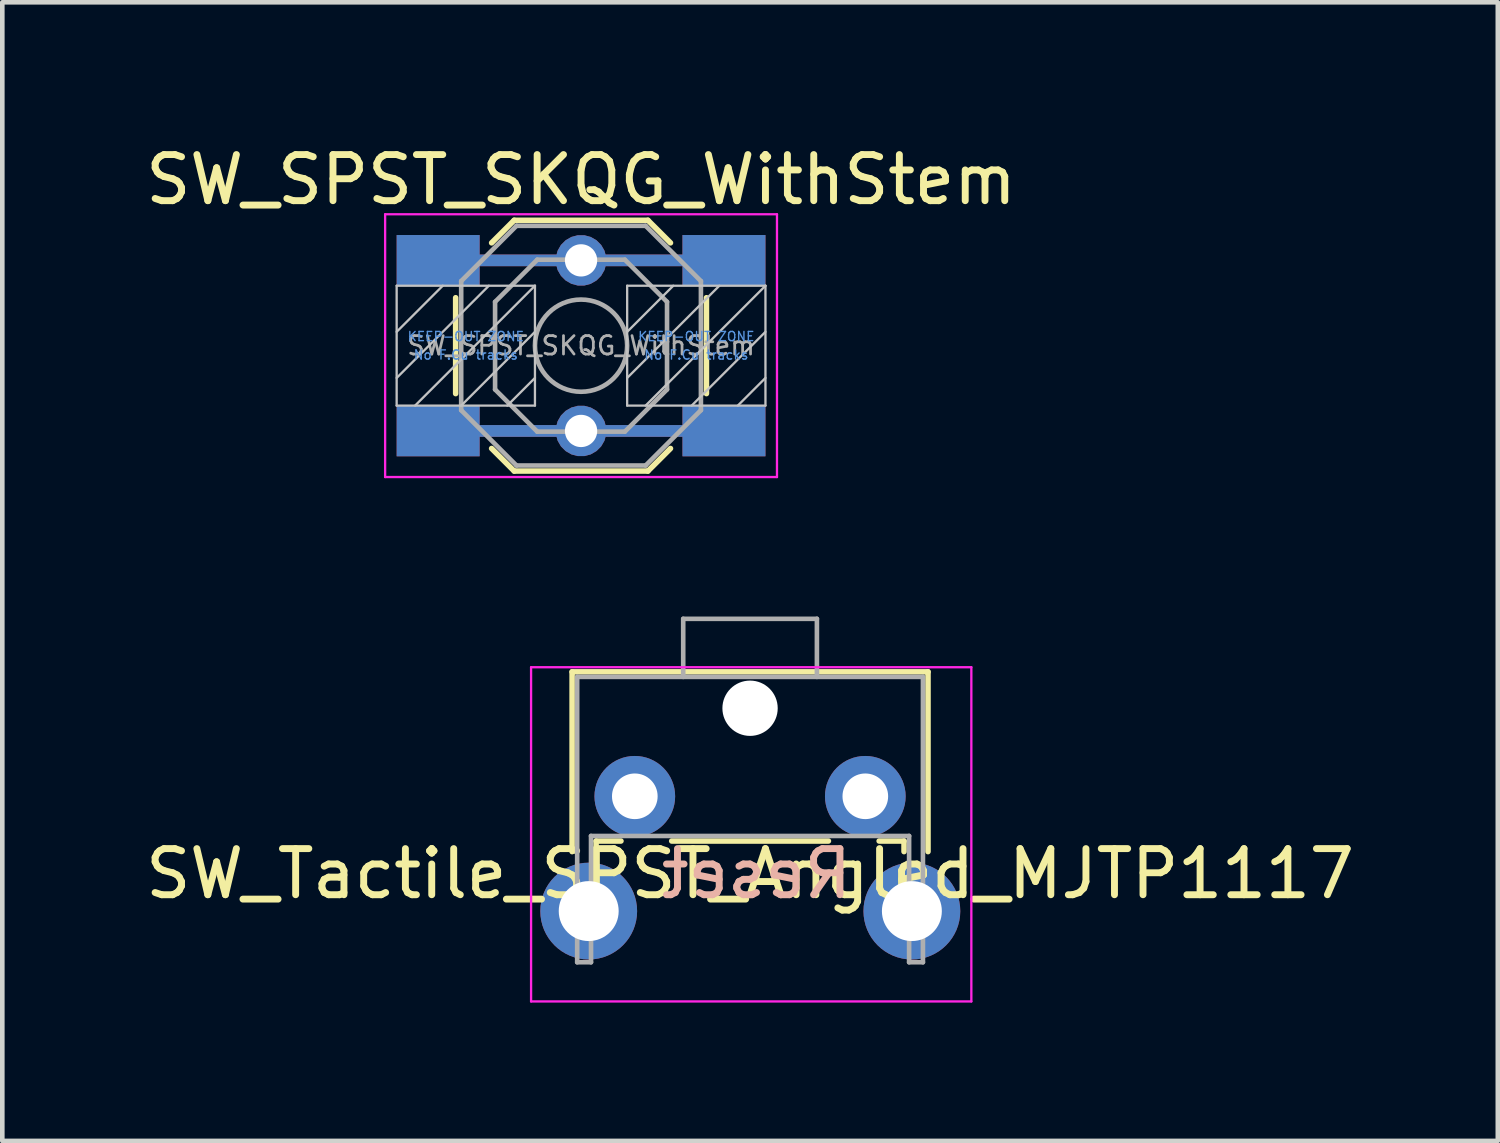
<source format=kicad_pcb>
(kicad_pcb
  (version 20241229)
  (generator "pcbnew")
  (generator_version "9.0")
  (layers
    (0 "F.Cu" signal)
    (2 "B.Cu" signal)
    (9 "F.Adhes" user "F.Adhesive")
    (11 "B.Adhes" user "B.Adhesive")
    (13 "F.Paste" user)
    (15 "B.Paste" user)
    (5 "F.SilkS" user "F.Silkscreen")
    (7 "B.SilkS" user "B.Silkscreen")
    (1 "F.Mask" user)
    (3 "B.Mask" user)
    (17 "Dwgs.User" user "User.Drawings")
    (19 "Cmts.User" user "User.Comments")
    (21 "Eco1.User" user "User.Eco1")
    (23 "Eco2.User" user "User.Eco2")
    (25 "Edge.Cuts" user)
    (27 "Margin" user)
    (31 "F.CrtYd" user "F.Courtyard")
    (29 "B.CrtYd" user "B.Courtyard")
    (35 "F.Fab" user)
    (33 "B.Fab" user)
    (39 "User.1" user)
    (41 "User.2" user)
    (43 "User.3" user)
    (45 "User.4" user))
  (footprint "SW_SPST_SKQG_WithStem"
    (layer "F.Cu")
    (at 9.554 4.448)
    (property "Reference" "SW_SPST_SKQG_WithStem" (at 0 -3.6 0) (layer "F.SilkS") (effects (font (size 1 1) (thickness 0.15))))
    (attr smd)
    (fp_line (start -2.72 1.04) (end -2.72 -1.04) (stroke (width 0.12) (type solid)) (layer "F.SilkS"))
    (fp_line (start -1.45 -2.72) (end -1.94 -2.23) (stroke (width 0.12) (type solid)) (layer "F.SilkS"))
    (fp_line (start -1.45 -2.72) (end 1.45 -2.72) (stroke (width 0.12) (type solid)) (layer "F.SilkS"))
    (fp_line (start -1.45 2.72) (end -1.94 2.23) (stroke (width 0.12) (type solid)) (layer "F.SilkS"))
    (fp_line (start -1.45 2.72) (end 1.45 2.72) (stroke (width 0.12) (type solid)) (layer "F.SilkS"))
    (fp_line (start 1.45 -2.72) (end 1.94 -2.23) (stroke (width 0.12) (type solid)) (layer "F.SilkS"))
    (fp_line (start 1.45 2.72) (end 1.94 2.23) (stroke (width 0.12) (type solid)) (layer "F.SilkS"))
    (fp_line (start 2.72 1.04) (end 2.72 -1.04) (stroke (width 0.12) (type solid)) (layer "F.SilkS"))
    (fp_line (start -4 -1.3) (end -1 -1.3) (stroke (width 0.05) (type solid)) (layer "Dwgs.User"))
    (fp_line (start -4 -0.3) (end -3 -1.3) (stroke (width 0.05) (type solid)) (layer "Dwgs.User"))
    (fp_line (start -4 0.7) (end -2 -1.3) (stroke (width 0.05) (type solid)) (layer "Dwgs.User"))
    (fp_line (start -4 1.3) (end -4 -1.3) (stroke (width 0.05) (type solid)) (layer "Dwgs.User"))
    (fp_line (start -2.6 1.3) (end -1 -0.3) (stroke (width 0.05) (type solid)) (layer "Dwgs.User"))
    (fp_line (start -1 -1.3) (end -3.6 1.3) (stroke (width 0.05) (type solid)) (layer "Dwgs.User"))
    (fp_line (start -1 -1.3) (end -1 1.3) (stroke (width 0.05) (type solid)) (layer "Dwgs.User"))
    (fp_line (start -1 0.7) (end -1.6 1.3) (stroke (width 0.05) (type solid)) (layer "Dwgs.User"))
    (fp_line (start -1 1.3) (end -4 1.3) (stroke (width 0.05) (type solid)) (layer "Dwgs.User"))
    (fp_line (start 1 -1.3) (end 4 -1.3) (stroke (width 0.05) (type solid)) (layer "Dwgs.User"))
    (fp_line (start 1 -0.3) (end 2 -1.3) (stroke (width 0.05) (type solid)) (layer "Dwgs.User"))
    (fp_line (start 1 0.7) (end 3 -1.3) (stroke (width 0.05) (type solid)) (layer "Dwgs.User"))
    (fp_line (start 1 1.3) (end 1 -1.3) (stroke (width 0.05) (type solid)) (layer "Dwgs.User"))
    (fp_line (start 2.4 1.3) (end 4 -0.3) (stroke (width 0.05) (type solid)) (layer "Dwgs.User"))
    (fp_line (start 4 -1.3) (end 1.4 1.3) (stroke (width 0.05) (type solid)) (layer "Dwgs.User"))
    (fp_line (start 4 -1.3) (end 4 1.3) (stroke (width 0.05) (type solid)) (layer "Dwgs.User"))
    (fp_line (start 4 0.7) (end 3.4 1.3) (stroke (width 0.05) (type solid)) (layer "Dwgs.User"))
    (fp_line (start 4 1.3) (end 1 1.3) (stroke (width 0.05) (type solid)) (layer "Dwgs.User"))
    (fp_line (start -4.25 -2.85) (end -4.25 2.85) (stroke (width 0.05) (type solid)) (layer "F.CrtYd"))
    (fp_line (start -4.25 2.85) (end 4.25 2.85) (stroke (width 0.05) (type solid)) (layer "F.CrtYd"))
    (fp_line (start 4.25 -2.85) (end -4.25 -2.85) (stroke (width 0.05) (type solid)) (layer "F.CrtYd"))
    (fp_line (start 4.25 2.85) (end 4.25 -2.85) (stroke (width 0.05) (type solid)) (layer "F.CrtYd"))
    (fp_line (start -2.6 -1.4) (end -1.4 -2.6) (stroke (width 0.1) (type solid)) (layer "F.Fab"))
    (fp_line (start -2.6 1.4) (end -2.6 -1.4) (stroke (width 0.1) (type solid)) (layer "F.Fab"))
    (fp_line (start -1.865 0.95) (end -1.865 -0.95) (stroke (width 0.1) (type solid)) (layer "F.Fab"))
    (fp_line (start -1.4 -2.6) (end 1.4 -2.6) (stroke (width 0.1) (type solid)) (layer "F.Fab"))
    (fp_line (start -1.4 2.6) (end -2.6 1.4) (stroke (width 0.1) (type solid)) (layer "F.Fab"))
    (fp_line (start -0.95 -1.865) (end -1.865 -0.95) (stroke (width 0.1) (type solid)) (layer "F.Fab"))
    (fp_line (start -0.95 -1.865) (end 0.95 -1.865) (stroke (width 0.1) (type solid)) (layer "F.Fab"))
    (fp_line (start -0.95 1.865) (end -1.865 0.95) (stroke (width 0.1) (type solid)) (layer "F.Fab"))
    (fp_line (start 0.95 -1.865) (end 1.865 -0.95) (stroke (width 0.1) (type solid)) (layer "F.Fab"))
    (fp_line (start 0.95 1.865) (end -0.95 1.865) (stroke (width 0.1) (type solid)) (layer "F.Fab"))
    (fp_line (start 0.95 1.865) (end 1.865 0.95) (stroke (width 0.1) (type solid)) (layer "F.Fab"))
    (fp_line (start 1.4 -2.6) (end 2.6 -1.4) (stroke (width 0.1) (type solid)) (layer "F.Fab"))
    (fp_line (start 1.4 2.6) (end -1.4 2.6) (stroke (width 0.1) (type solid)) (layer "F.Fab"))
    (fp_line (start 1.865 -0.95) (end 1.865 0.95) (stroke (width 0.1) (type solid)) (layer "F.Fab"))
    (fp_line (start 2.6 -1.4) (end 2.6 1.4) (stroke (width 0.1) (type solid)) (layer "F.Fab"))
    (fp_line (start 2.6 1.4) (end 1.4 2.6) (stroke (width 0.1) (type solid)) (layer "F.Fab"))
    (fp_circle (center 0 0) (end 1 0) (stroke (width 0.1) (type solid)) (fill no) (layer "F.Fab"))
    (fp_text user "KEEP-OUT ZONE" (at -2.5 -0.2 0) (layer "Cmts.User") (effects (font (size 0.2 0.2) (thickness 0.03))))
    (fp_text user "No F.Cu tracks" (at -2.5 0.2 0) (layer "Cmts.User") (effects (font (size 0.2 0.2) (thickness 0.03))))
    (fp_text user "KEEP-OUT ZONE" (at 2.5 -0.2 0) (layer "Cmts.User") (effects (font (size 0.2 0.2) (thickness 0.03))))
    (fp_text user "No F.Cu tracks" (at 2.5 0.2 0) (layer "Cmts.User") (effects (font (size 0.2 0.2) (thickness 0.03))))
    (fp_text user "${REFERENCE}" (at 0 0 0) (layer "F.Fab") (effects (font (size 0.4 0.4) (thickness 0.06))))
    (pad "1" smd rect (at -3.1 -1.85) (size 1.8 1.1) (layers "F.Cu" "F.Mask" "F.Paste"))
    (pad "1" smd rect (at -3.1 -1.85) (size 1.8 1.1) (layers "B.Cu" "B.Mask" "B.Paste"))
    (pad "1" thru_hole custom (at 0 -1.85) (size 1.1 1.1) (drill 0.7) (layers "*.Cu" "*.Mask") (options (anchor circle)) (primitives (gr_line (start 3.2 0) (end 0 0) (width 0.254)) (gr_line (start 0 0) (end -3.2 0) (width 0.254))))
    (pad "1" smd rect (at 3.1 -1.85) (size 1.8 1.1) (layers "F.Cu" "F.Mask" "F.Paste"))
    (pad "1" smd rect (at 3.1 -1.85) (size 1.8 1.1) (layers "B.Cu" "B.Mask" "B.Paste"))
    (pad "2" smd rect (at -3.1 1.85) (size 1.8 1.1) (layers "F.Cu" "F.Mask" "F.Paste"))
    (pad "2" smd rect (at -3.1 1.85) (size 1.8 1.1) (layers "B.Cu" "B.Mask" "B.Paste"))
    (pad "2" thru_hole custom (at 0 1.85) (size 1.1 1.1) (drill 0.7) (layers "*.Cu" "*.Mask") (options (anchor circle)) (primitives (gr_line (start 0 0) (end -3.2 0) (width 0.254)) (gr_line (start 3.2 0) (end 0 0) (width 0.254))))
    (pad "2" smd rect (at 3.1 1.85) (size 1.8 1.1) (layers "F.Cu" "F.Mask" "F.Paste"))
    (pad "2" smd rect (at 3.1 1.85) (size 1.8 1.1) (layers "B.Cu" "B.Mask" "B.Paste")))
  (footprint "SW_Tactile_SPST_Angled_MJTP1117"
    (layer "F.Cu")
    (at 10.72 14.223)
    (property "Reference" "SW_Tactile_SPST_Angled_MJTP1117" (at 2.5 1.68 0) (layer "F.SilkS") (effects (font (size 1 1) (thickness 0.15))))
    (attr through_hole)
    (fp_line (start -1.36 -2.7) (end -1.36 1.2) (stroke (width 0.12) (type solid)) (layer "F.SilkS"))
    (fp_line (start -1.36 -2.7) (end 6.36 -2.7) (stroke (width 0.12) (type solid)) (layer "F.SilkS"))
    (fp_line (start -0.84 0.97) (end -0.84 1.2) (stroke (width 0.12) (type solid)) (layer "F.SilkS"))
    (fp_line (start -0.84 0.97) (end -0.3 0.97) (stroke (width 0.12) (type solid)) (layer "F.SilkS"))
    (fp_line (start 0.8 0.97) (end 4.2 0.97) (stroke (width 0.12) (type solid)) (layer "F.SilkS"))
    (fp_line (start 5.3 0.97) (end 5.84 0.97) (stroke (width 0.12) (type solid)) (layer "F.SilkS"))
    (fp_line (start 5.84 0.97) (end 5.84 1.2) (stroke (width 0.12) (type solid)) (layer "F.SilkS"))
    (fp_line (start 6.36 -2.7) (end 6.36 1.2) (stroke (width 0.12) (type solid)) (layer "F.SilkS"))
    (fp_line (start -2.25 -2.8) (end 7.3 -2.8) (stroke (width 0.05) (type solid)) (layer "F.CrtYd"))
    (fp_line (start -2.25 4.45) (end -2.25 -2.8) (stroke (width 0.05) (type solid)) (layer "F.CrtYd"))
    (fp_line (start 7.3 -2.8) (end 7.3 4.45) (stroke (width 0.05) (type solid)) (layer "F.CrtYd"))
    (fp_line (start 7.3 4.45) (end -2.25 4.45) (stroke (width 0.05) (type solid)) (layer "F.CrtYd"))
    (fp_line (start -1.25 -2.59) (end 6.25 -2.59) (stroke (width 0.1) (type solid)) (layer "F.Fab"))
    (fp_line (start -1.25 3.6) (end -1.25 -2.59) (stroke (width 0.1) (type solid)) (layer "F.Fab"))
    (fp_line (start -1.25 3.6) (end -0.95 3.6) (stroke (width 0.1) (type solid)) (layer "F.Fab"))
    (fp_line (start -0.95 0.86) (end 5.95 0.86) (stroke (width 0.1) (type solid)) (layer "F.Fab"))
    (fp_line (start -0.95 3.6) (end -0.95 0.86) (stroke (width 0.1) (type solid)) (layer "F.Fab"))
    (fp_line (start 1.05 -3.85) (end 1.05 -2.59) (stroke (width 0.1) (type solid)) (layer "F.Fab"))
    (fp_line (start 1.05 -3.85) (end 3.95 -3.85) (stroke (width 0.1) (type solid)) (layer "F.Fab"))
    (fp_line (start 3.95 -3.85) (end 3.95 -2.59) (stroke (width 0.1) (type solid)) (layer "F.Fab"))
    (fp_line (start 5.95 3.6) (end 5.95 0.86) (stroke (width 0.1) (type solid)) (layer "F.Fab"))
    (fp_line (start 5.95 3.6) (end 6.25 3.6) (stroke (width 0.1) (type solid)) (layer "F.Fab"))
    (fp_line (start 6.25 3.6) (end 6.25 -2.59) (stroke (width 0.1) (type solid)) (layer "F.Fab"))
    (fp_text user "Reset" (at 2.64 1.68 0) (layer "B.SilkS") (effects (font (size 1 1) (thickness 0.15)) (justify mirror)))
    (pad "" thru_hole circle (at -1 2.49) (size 2.1 2.1) (drill 1.3) (layers "*.Cu" "*.Mask"))
    (pad "" np_thru_hole circle (at 2.5 -1.91) (size 1.2 1.2) (drill 1.2) (layers "*.Cu" "*.Mask"))
    (pad "" thru_hole circle (at 6.01 2.49) (size 2.1 2.1) (drill 1.3) (layers "*.Cu" "*.Mask"))
    (pad "1" thru_hole circle (at 0 0) (size 1.75 1.75) (drill 0.99) (layers "*.Cu" "*.Mask"))
    (pad "2" thru_hole circle (at 5 0) (size 1.75 1.75) (drill 0.99) (layers "*.Cu" "*.Mask")))
  (gr_rect
    (start -3 -3)
    (end 29.44 21.698)
    (stroke (width 0.1) (type default))
    (fill no)
    (layer "Edge.Cuts")))
</source>
